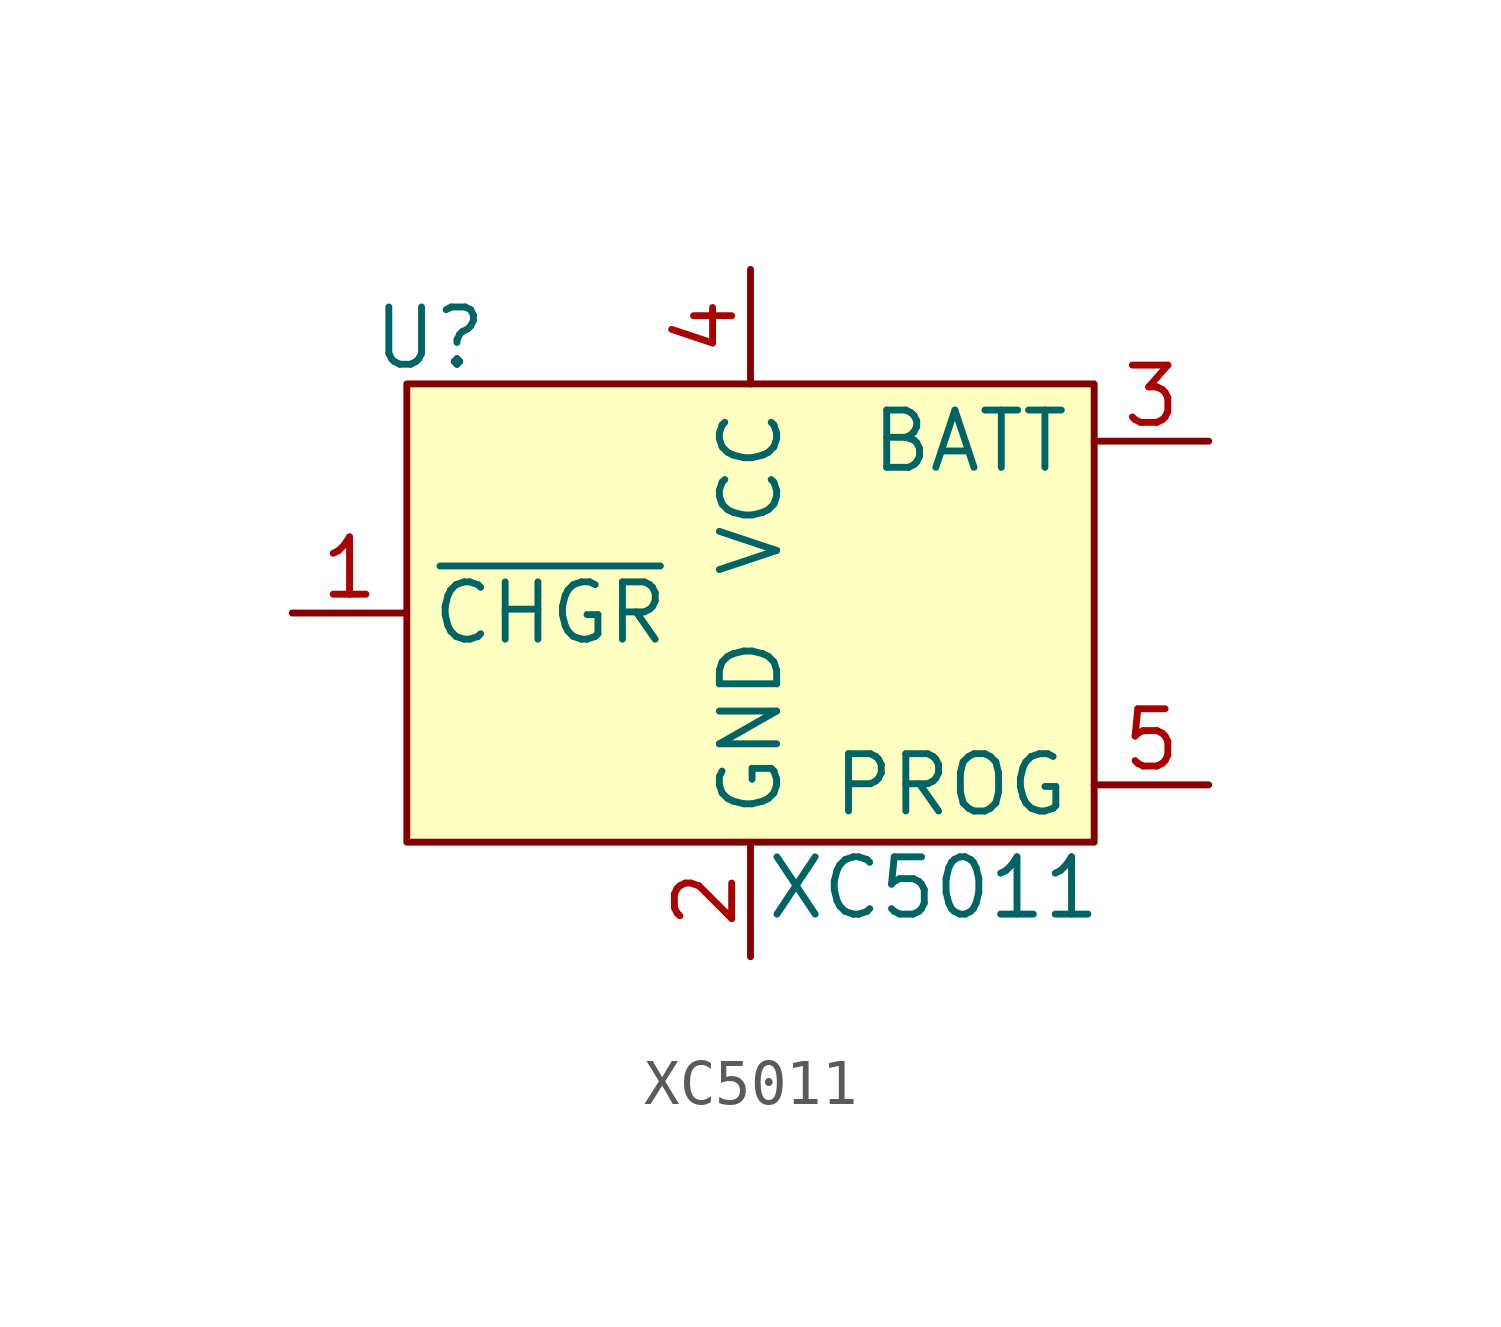
<source format=kicad_sym>
(kicad_symbol_lib
  (version 20231120)
  (generator "kicad_symbol_editor")
  (generator_version "8.0")
  (symbol "XC5011"
    (property "Reference" "U"
      (at -7.112 3.556 0)
      (effects (font (size 1.27 1.27))))
    (property "Value" "XC5011"
      (at 4.064 -8.636 0)
      (effects (font (size 1.27 1.27))))
    (symbol "XC5011_1_1"
      (rectangle (start -7.62 2.54) (end 7.62 -7.62) (stroke (width 0) (type default)) (fill (type background)))
      (pin output line (at -10.16 -2.54 0) (length 2.54) (name "~{CHGR}" (effects (font (size 1.27 1.27)))) (number "1" (effects (font (size 1.27 1.27)))))
      (pin power_in line (at 0 -10.16 90) (length 2.54) (name "GND" (effects (font (size 1.27 1.27)))) (number "2" (effects (font (size 1.27 1.27)))))
      (pin power_in line (at 10.16 1.27 180) (length 2.54) (name "BATT" (effects (font (size 1.27 1.27)))) (number "3" (effects (font (size 1.27 1.27)))))
      (pin input line (at 0 5.08 270) (length 2.54) (name "VCC" (effects (font (size 1.27 1.27)))) (number "4" (effects (font (size 1.27 1.27)))))
      (pin passive line (at 10.16 -6.35 180) (length 2.54) (name "PROG" (effects (font (size 1.27 1.27)))) (number "5" (effects (font (size 1.27 1.27))))))))
</source>
